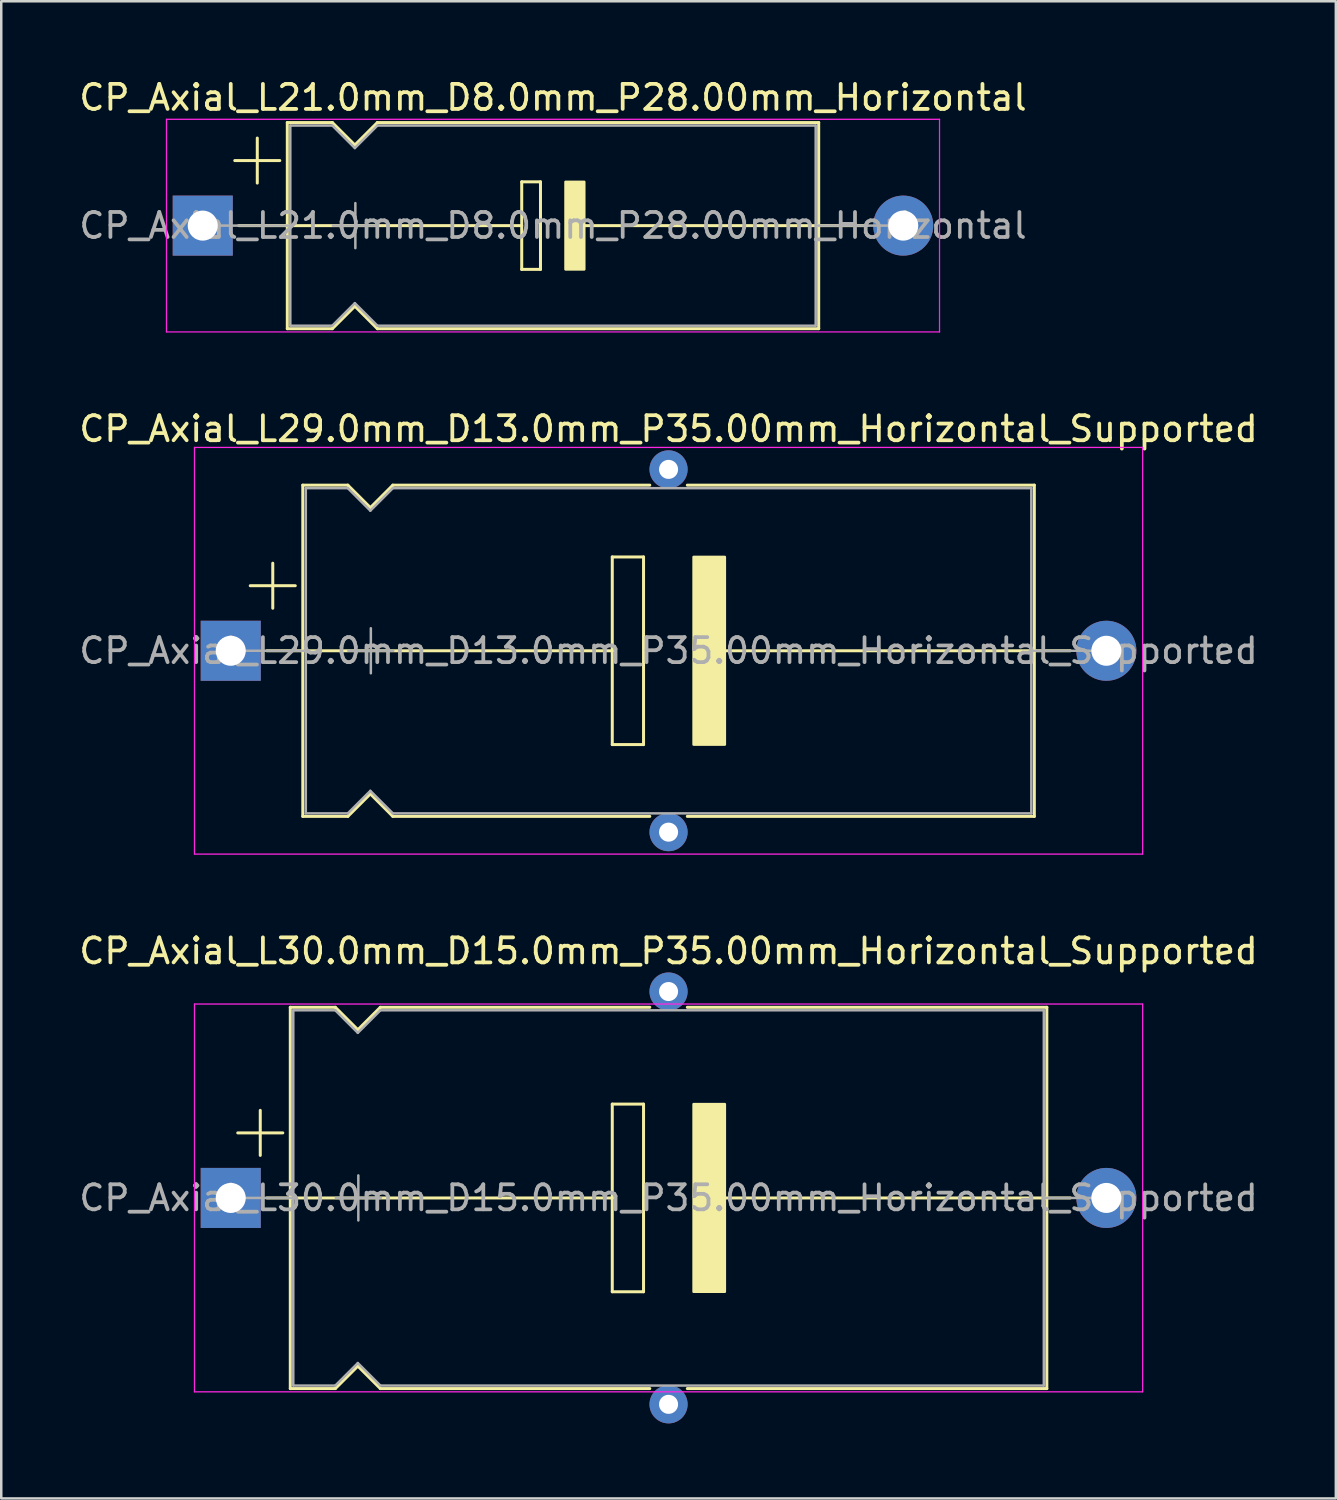
<source format=kicad_pcb>
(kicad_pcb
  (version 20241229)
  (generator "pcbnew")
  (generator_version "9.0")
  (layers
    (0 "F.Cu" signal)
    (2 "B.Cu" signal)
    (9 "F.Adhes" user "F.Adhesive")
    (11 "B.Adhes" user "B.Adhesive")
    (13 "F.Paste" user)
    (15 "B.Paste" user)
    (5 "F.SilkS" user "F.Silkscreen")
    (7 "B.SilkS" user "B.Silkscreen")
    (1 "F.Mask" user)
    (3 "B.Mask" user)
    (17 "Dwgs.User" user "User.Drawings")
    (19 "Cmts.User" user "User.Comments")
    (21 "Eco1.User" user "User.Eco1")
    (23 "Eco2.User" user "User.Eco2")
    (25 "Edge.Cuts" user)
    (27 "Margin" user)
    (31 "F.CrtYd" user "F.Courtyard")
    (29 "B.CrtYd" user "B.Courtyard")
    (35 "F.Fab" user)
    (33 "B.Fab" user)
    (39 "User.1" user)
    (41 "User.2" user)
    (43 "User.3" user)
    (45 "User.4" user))
  (footprint "CP_Axial_L30.0mm_D15.0mm_P35.00mm_Horizontal_Supported"
    (layer "F.Cu")
    (at 6.173 44.833)
    (property "Reference" "CP_Axial_L30.0mm_D15.0mm_P35.00mm_Horizontal_Supported" (at 17.5 -9.87 0) (layer "F.SilkS") (effects (font (size 1 1) (thickness 0.15))))
    (attr through_hole)
    (fp_line (start 0.28 -2.6) (end 2.08 -2.6) (stroke (width 0.12) (type solid)) (layer "F.SilkS"))
    (fp_line (start 1.18 -3.5) (end 1.18 -1.7) (stroke (width 0.12) (type solid)) (layer "F.SilkS"))
    (fp_line (start 1.44 0) (end 2.38 0) (stroke (width 0.12) (type solid)) (layer "F.SilkS"))
    (fp_line (start 2.38 -7.62) (end 2.38 7.62) (stroke (width 0.12) (type solid)) (layer "F.SilkS"))
    (fp_line (start 2.38 -7.62) (end 4.18 -7.62) (stroke (width 0.12) (type solid)) (layer "F.SilkS"))
    (fp_line (start 2.38 0) (end 15.25 0) (stroke (width 0.12) (type solid)) (layer "F.SilkS"))
    (fp_line (start 2.38 7.62) (end 4.18 7.62) (stroke (width 0.12) (type solid)) (layer "F.SilkS"))
    (fp_line (start 4.18 -7.62) (end 5.08 -6.72) (stroke (width 0.12) (type solid)) (layer "F.SilkS"))
    (fp_line (start 4.18 7.62) (end 5.08 6.72) (stroke (width 0.12) (type solid)) (layer "F.SilkS"))
    (fp_line (start 5.08 -6.72) (end 5.98 -7.62) (stroke (width 0.12) (type solid)) (layer "F.SilkS"))
    (fp_line (start 5.08 6.72) (end 5.98 7.62) (stroke (width 0.12) (type solid)) (layer "F.SilkS"))
    (fp_line (start 5.98 -7.62) (end 16.75 -7.62) (stroke (width 0.12) (type solid)) (layer "F.SilkS"))
    (fp_line (start 5.98 7.62) (end 16.75 7.62) (stroke (width 0.12) (type solid)) (layer "F.SilkS"))
    (fp_line (start 15.25 -3.75) (end 16.5 -3.75) (stroke (width 0.12) (type solid)) (layer "F.SilkS"))
    (fp_line (start 15.25 0) (end 15.25 -3.75) (stroke (width 0.12) (type solid)) (layer "F.SilkS"))
    (fp_line (start 15.25 3.75) (end 15.25 0) (stroke (width 0.12) (type solid)) (layer "F.SilkS"))
    (fp_line (start 16.5 -3.75) (end 16.5 3.75) (stroke (width 0.12) (type solid)) (layer "F.SilkS"))
    (fp_line (start 16.5 3.75) (end 15.25 3.75) (stroke (width 0.12) (type solid)) (layer "F.SilkS"))
    (fp_line (start 18.25 -7.62) (end 32.62 -7.62) (stroke (width 0.12) (type solid)) (layer "F.SilkS"))
    (fp_line (start 18.25 7.62) (end 32.62 7.62) (stroke (width 0.12) (type solid)) (layer "F.SilkS"))
    (fp_line (start 19.75 0) (end 32.62 0) (stroke (width 0.12) (type solid)) (layer "F.SilkS"))
    (fp_line (start 32.62 -7.62) (end 32.62 7.62) (stroke (width 0.12) (type solid)) (layer "F.SilkS"))
    (fp_line (start 33.56 0) (end 32.62 0) (stroke (width 0.12) (type solid)) (layer "F.SilkS"))
    (fp_poly (pts (xy 19.75 3.75) (xy 18.5 3.75) (xy 18.5 -3.75) (xy 19.75 -3.75)) (stroke (width 0.1) (type solid)) (fill yes) (layer "F.SilkS"))
    (fp_line (start -1.45 -7.75) (end -1.45 7.75) (stroke (width 0.05) (type solid)) (layer "F.CrtYd"))
    (fp_line (start -1.45 7.75) (end 36.45 7.75) (stroke (width 0.05) (type solid)) (layer "F.CrtYd"))
    (fp_line (start 36.45 -7.75) (end -1.45 -7.75) (stroke (width 0.05) (type solid)) (layer "F.CrtYd"))
    (fp_line (start 36.45 7.75) (end 36.45 -7.75) (stroke (width 0.05) (type solid)) (layer "F.CrtYd"))
    (fp_line (start 0 0) (end 2.5 0) (stroke (width 0.1) (type solid)) (layer "F.Fab"))
    (fp_line (start 2.5 -7.5) (end 2.5 7.5) (stroke (width 0.1) (type solid)) (layer "F.Fab"))
    (fp_line (start 2.5 -7.5) (end 4.18 -7.5) (stroke (width 0.1) (type solid)) (layer "F.Fab"))
    (fp_line (start 2.5 7.5) (end 4.18 7.5) (stroke (width 0.1) (type solid)) (layer "F.Fab"))
    (fp_line (start 4.18 -7.5) (end 5.08 -6.6) (stroke (width 0.1) (type solid)) (layer "F.Fab"))
    (fp_line (start 4.18 7.5) (end 5.08 6.6) (stroke (width 0.1) (type solid)) (layer "F.Fab"))
    (fp_line (start 4.2 0) (end 6 0) (stroke (width 0.1) (type solid)) (layer "F.Fab"))
    (fp_line (start 5.08 -6.6) (end 5.98 -7.5) (stroke (width 0.1) (type solid)) (layer "F.Fab"))
    (fp_line (start 5.08 6.6) (end 5.98 7.5) (stroke (width 0.1) (type solid)) (layer "F.Fab"))
    (fp_line (start 5.1 -0.9) (end 5.1 0.9) (stroke (width 0.1) (type solid)) (layer "F.Fab"))
    (fp_line (start 5.98 -7.5) (end 32.5 -7.5) (stroke (width 0.1) (type solid)) (layer "F.Fab"))
    (fp_line (start 5.98 7.5) (end 32.5 7.5) (stroke (width 0.1) (type solid)) (layer "F.Fab"))
    (fp_line (start 32.5 -7.5) (end 32.5 7.5) (stroke (width 0.1) (type solid)) (layer "F.Fab"))
    (fp_line (start 35 0) (end 32.5 0) (stroke (width 0.1) (type solid)) (layer "F.Fab"))
    (fp_text user "${REFERENCE}" (at 17.5 0 0) (layer "F.Fab") (effects (font (size 1 1) (thickness 0.15))))
    (pad "1" thru_hole rect (at 0 0) (size 2.4 2.4) (drill 1.2) (layers "*.Cu" "*.Mask"))
    (pad "2" thru_hole oval (at 35 0) (size 2.4 2.4) (drill 1.2) (layers "*.Cu" "*.Mask"))
    (pad "~" thru_hole circle (at 17.5 -8.25) (size 1.524 1.524) (drill 0.762) (layers "*.Cu" "*.Mask"))
    (pad "~" thru_hole circle (at 17.5 8.25) (size 1.524 1.524) (drill 0.762) (layers "*.Cu" "*.Mask")))
  (footprint "CP_Axial_L21.0mm_D8.0mm_P28.00mm_Horizontal"
    (layer "F.Cu")
    (at 5.054 5.968)
    (property "Reference" "CP_Axial_L21.0mm_D8.0mm_P28.00mm_Horizontal" (at 14 -5.12 0) (layer "F.SilkS") (effects (font (size 1 1) (thickness 0.15))))
    (attr through_hole)
    (fp_line (start 1.28 -2.6) (end 3.08 -2.6) (stroke (width 0.12) (type solid)) (layer "F.SilkS"))
    (fp_line (start 1.44 0) (end 3.38 0) (stroke (width 0.12) (type solid)) (layer "F.SilkS"))
    (fp_line (start 2.18 -3.5) (end 2.18 -1.7) (stroke (width 0.12) (type solid)) (layer "F.SilkS"))
    (fp_line (start 3.365 0) (end 12.75 0) (stroke (width 0.12) (type solid)) (layer "F.SilkS"))
    (fp_line (start 3.38 -4.12) (end 3.38 4.12) (stroke (width 0.12) (type solid)) (layer "F.SilkS"))
    (fp_line (start 3.38 -4.12) (end 5.18 -4.12) (stroke (width 0.12) (type solid)) (layer "F.SilkS"))
    (fp_line (start 3.38 4.12) (end 5.18 4.12) (stroke (width 0.12) (type solid)) (layer "F.SilkS"))
    (fp_line (start 5.18 -4.12) (end 6.08 -3.22) (stroke (width 0.12) (type solid)) (layer "F.SilkS"))
    (fp_line (start 5.18 4.12) (end 6.08 3.22) (stroke (width 0.12) (type solid)) (layer "F.SilkS"))
    (fp_line (start 6.08 -3.22) (end 6.98 -4.12) (stroke (width 0.12) (type solid)) (layer "F.SilkS"))
    (fp_line (start 6.08 3.22) (end 6.98 4.12) (stroke (width 0.12) (type solid)) (layer "F.SilkS"))
    (fp_line (start 6.98 -4.12) (end 24.62 -4.12) (stroke (width 0.12) (type solid)) (layer "F.SilkS"))
    (fp_line (start 6.98 4.12) (end 24.62 4.12) (stroke (width 0.12) (type solid)) (layer "F.SilkS"))
    (fp_line (start 12.75 -1.75) (end 12.75 1.75) (stroke (width 0.12) (type solid)) (layer "F.SilkS"))
    (fp_line (start 12.75 -1.75) (end 13.5 -1.75) (stroke (width 0.12) (type solid)) (layer "F.SilkS"))
    (fp_line (start 13.5 -1.75) (end 13.5 1.75) (stroke (width 0.12) (type solid)) (layer "F.SilkS"))
    (fp_line (start 13.5 1.75) (end 12.75 1.75) (stroke (width 0.12) (type solid)) (layer "F.SilkS"))
    (fp_line (start 15.25 0) (end 24.638 0) (stroke (width 0.12) (type solid)) (layer "F.SilkS"))
    (fp_line (start 24.62 -4.12) (end 24.62 4.12) (stroke (width 0.12) (type solid)) (layer "F.SilkS"))
    (fp_line (start 26.56 0) (end 24.62 0) (stroke (width 0.12) (type solid)) (layer "F.SilkS"))
    (fp_poly (pts (xy 15.25 1.75) (xy 14.5 1.75) (xy 14.5 -1.75) (xy 15.25 -1.75)) (stroke (width 0.1) (type solid)) (fill yes) (layer "F.SilkS"))
    (fp_line (start -1.45 -4.25) (end -1.45 4.25) (stroke (width 0.05) (type solid)) (layer "F.CrtYd"))
    (fp_line (start -1.45 4.25) (end 29.45 4.25) (stroke (width 0.05) (type solid)) (layer "F.CrtYd"))
    (fp_line (start 29.45 -4.25) (end -1.45 -4.25) (stroke (width 0.05) (type solid)) (layer "F.CrtYd"))
    (fp_line (start 29.45 4.25) (end 29.45 -4.25) (stroke (width 0.05) (type solid)) (layer "F.CrtYd"))
    (fp_line (start 0 0) (end 3.5 0) (stroke (width 0.1) (type solid)) (layer "F.Fab"))
    (fp_line (start 3.5 -4) (end 3.5 4) (stroke (width 0.1) (type solid)) (layer "F.Fab"))
    (fp_line (start 3.5 -4) (end 5.18 -4) (stroke (width 0.1) (type solid)) (layer "F.Fab"))
    (fp_line (start 3.5 4) (end 5.18 4) (stroke (width 0.1) (type solid)) (layer "F.Fab"))
    (fp_line (start 5.18 -4) (end 6.08 -3.1) (stroke (width 0.1) (type solid)) (layer "F.Fab"))
    (fp_line (start 5.18 4) (end 6.08 3.1) (stroke (width 0.1) (type solid)) (layer "F.Fab"))
    (fp_line (start 5.2 0) (end 7 0) (stroke (width 0.1) (type solid)) (layer "F.Fab"))
    (fp_line (start 6.08 -3.1) (end 6.98 -4) (stroke (width 0.1) (type solid)) (layer "F.Fab"))
    (fp_line (start 6.08 3.1) (end 6.98 4) (stroke (width 0.1) (type solid)) (layer "F.Fab"))
    (fp_line (start 6.1 -0.9) (end 6.1 0.9) (stroke (width 0.1) (type solid)) (layer "F.Fab"))
    (fp_line (start 6.98 -4) (end 24.5 -4) (stroke (width 0.1) (type solid)) (layer "F.Fab"))
    (fp_line (start 6.98 4) (end 24.5 4) (stroke (width 0.1) (type solid)) (layer "F.Fab"))
    (fp_line (start 24.5 -4) (end 24.5 4) (stroke (width 0.1) (type solid)) (layer "F.Fab"))
    (fp_line (start 28 0) (end 24.5 0) (stroke (width 0.1) (type solid)) (layer "F.Fab"))
    (fp_text user "${REFERENCE}" (at 14 0 0) (layer "F.Fab") (effects (font (size 1 1) (thickness 0.15))))
    (pad "1" thru_hole rect (at 0 0) (size 2.4 2.4) (drill 1.2) (layers "*.Cu" "*.Mask"))
    (pad "2" thru_hole oval (at 28 0) (size 2.4 2.4) (drill 1.2) (layers "*.Cu" "*.Mask")))
  (footprint "CP_Axial_L29.0mm_D13.0mm_P35.00mm_Horizontal_Supported"
    (layer "F.Cu")
    (at 6.173 22.962)
    (property "Reference" "CP_Axial_L29.0mm_D13.0mm_P35.00mm_Horizontal_Supported" (at 17.5 -8.87 0) (layer "F.SilkS") (effects (font (size 1 1) (thickness 0.15))))
    (attr through_hole)
    (fp_line (start 0.78 -2.6) (end 2.58 -2.6) (stroke (width 0.12) (type solid)) (layer "F.SilkS"))
    (fp_line (start 1.44 0) (end 2.88 0) (stroke (width 0.12) (type solid)) (layer "F.SilkS"))
    (fp_line (start 1.68 -3.5) (end 1.68 -1.7) (stroke (width 0.12) (type solid)) (layer "F.SilkS"))
    (fp_line (start 2.88 -6.62) (end 2.88 6.62) (stroke (width 0.12) (type solid)) (layer "F.SilkS"))
    (fp_line (start 2.88 -6.62) (end 4.68 -6.62) (stroke (width 0.12) (type solid)) (layer "F.SilkS"))
    (fp_line (start 2.88 0) (end 15.25 0) (stroke (width 0.12) (type solid)) (layer "F.SilkS"))
    (fp_line (start 2.88 6.62) (end 4.68 6.62) (stroke (width 0.12) (type solid)) (layer "F.SilkS"))
    (fp_line (start 4.68 -6.62) (end 5.58 -5.72) (stroke (width 0.12) (type solid)) (layer "F.SilkS"))
    (fp_line (start 4.68 6.62) (end 5.58 5.72) (stroke (width 0.12) (type solid)) (layer "F.SilkS"))
    (fp_line (start 5.58 -5.72) (end 6.48 -6.62) (stroke (width 0.12) (type solid)) (layer "F.SilkS"))
    (fp_line (start 5.58 5.72) (end 6.48 6.62) (stroke (width 0.12) (type solid)) (layer "F.SilkS"))
    (fp_line (start 6.48 -6.62) (end 16.75 -6.62) (stroke (width 0.12) (type solid)) (layer "F.SilkS"))
    (fp_line (start 6.48 6.62) (end 16.75 6.62) (stroke (width 0.12) (type solid)) (layer "F.SilkS"))
    (fp_line (start 15.25 -3.75) (end 16.5 -3.75) (stroke (width 0.12) (type solid)) (layer "F.SilkS"))
    (fp_line (start 15.25 0) (end 15.25 -3.75) (stroke (width 0.12) (type solid)) (layer "F.SilkS"))
    (fp_line (start 15.25 3.75) (end 15.25 0) (stroke (width 0.12) (type solid)) (layer "F.SilkS"))
    (fp_line (start 16.5 -3.75) (end 16.5 3.75) (stroke (width 0.12) (type solid)) (layer "F.SilkS"))
    (fp_line (start 16.5 3.75) (end 15.25 3.75) (stroke (width 0.12) (type solid)) (layer "F.SilkS"))
    (fp_line (start 18.25 -6.62) (end 32.12 -6.62) (stroke (width 0.12) (type solid)) (layer "F.SilkS"))
    (fp_line (start 18.25 6.62) (end 32.12 6.62) (stroke (width 0.12) (type solid)) (layer "F.SilkS"))
    (fp_line (start 19.75 0) (end 32.12 0) (stroke (width 0.12) (type solid)) (layer "F.SilkS"))
    (fp_line (start 32.12 -6.62) (end 32.12 6.62) (stroke (width 0.12) (type solid)) (layer "F.SilkS"))
    (fp_line (start 33.56 0) (end 32.12 0) (stroke (width 0.12) (type solid)) (layer "F.SilkS"))
    (fp_poly (pts (xy 19.75 3.75) (xy 18.5 3.75) (xy 18.5 -3.75) (xy 19.75 -3.75)) (stroke (width 0.1) (type solid)) (fill yes) (layer "F.SilkS"))
    (fp_line (start -1.45 -8.128) (end -1.45 8.128) (stroke (width 0.05) (type solid)) (layer "F.CrtYd"))
    (fp_line (start -1.45 8.128) (end 36.45 8.128) (stroke (width 0.05) (type solid)) (layer "F.CrtYd"))
    (fp_line (start 36.45 -8.128) (end -1.45 -8.128) (stroke (width 0.05) (type solid)) (layer "F.CrtYd"))
    (fp_line (start 36.45 8.128) (end 36.449 -8.128) (stroke (width 0.05) (type solid)) (layer "F.CrtYd"))
    (fp_line (start 0 0) (end 3 0) (stroke (width 0.1) (type solid)) (layer "F.Fab"))
    (fp_line (start 3 -6.5) (end 3 6.5) (stroke (width 0.1) (type solid)) (layer "F.Fab"))
    (fp_line (start 3 -6.5) (end 4.68 -6.5) (stroke (width 0.1) (type solid)) (layer "F.Fab"))
    (fp_line (start 3 6.5) (end 4.68 6.5) (stroke (width 0.1) (type solid)) (layer "F.Fab"))
    (fp_line (start 4.68 -6.5) (end 5.58 -5.6) (stroke (width 0.1) (type solid)) (layer "F.Fab"))
    (fp_line (start 4.68 6.5) (end 5.58 5.6) (stroke (width 0.1) (type solid)) (layer "F.Fab"))
    (fp_line (start 4.7 0) (end 6.5 0) (stroke (width 0.1) (type solid)) (layer "F.Fab"))
    (fp_line (start 5.58 -5.6) (end 6.48 -6.5) (stroke (width 0.1) (type solid)) (layer "F.Fab"))
    (fp_line (start 5.58 5.6) (end 6.48 6.5) (stroke (width 0.1) (type solid)) (layer "F.Fab"))
    (fp_line (start 5.6 -0.9) (end 5.6 0.9) (stroke (width 0.1) (type solid)) (layer "F.Fab"))
    (fp_line (start 6.48 -6.5) (end 32 -6.5) (stroke (width 0.1) (type solid)) (layer "F.Fab"))
    (fp_line (start 6.48 6.5) (end 32 6.5) (stroke (width 0.1) (type solid)) (layer "F.Fab"))
    (fp_line (start 32 -6.5) (end 32 6.5) (stroke (width 0.1) (type solid)) (layer "F.Fab"))
    (fp_line (start 35 0) (end 32 0) (stroke (width 0.1) (type solid)) (layer "F.Fab"))
    (fp_text user "${REFERENCE}" (at 17.5 0 0) (layer "F.Fab") (effects (font (size 1 1) (thickness 0.15))))
    (pad "1" thru_hole rect (at 0 0) (size 2.4 2.4) (drill 1.2) (layers "*.Cu" "*.Mask"))
    (pad "2" thru_hole oval (at 35 0) (size 2.4 2.4) (drill 1.2) (layers "*.Cu" "*.Mask"))
    (pad "~" thru_hole circle (at 17.5 -7.25) (size 1.524 1.524) (drill 0.762) (layers "*.Cu" "*.Mask"))
    (pad "~" thru_hole circle (at 17.5 7.25) (size 1.524 1.524) (drill 0.762) (layers "*.Cu" "*.Mask")))
  (gr_rect
    (start -3 -3)
    (end 50.345 56.845)
    (stroke (width 0.1) (type default))
    (fill no)
    (layer "Edge.Cuts")))
</source>
